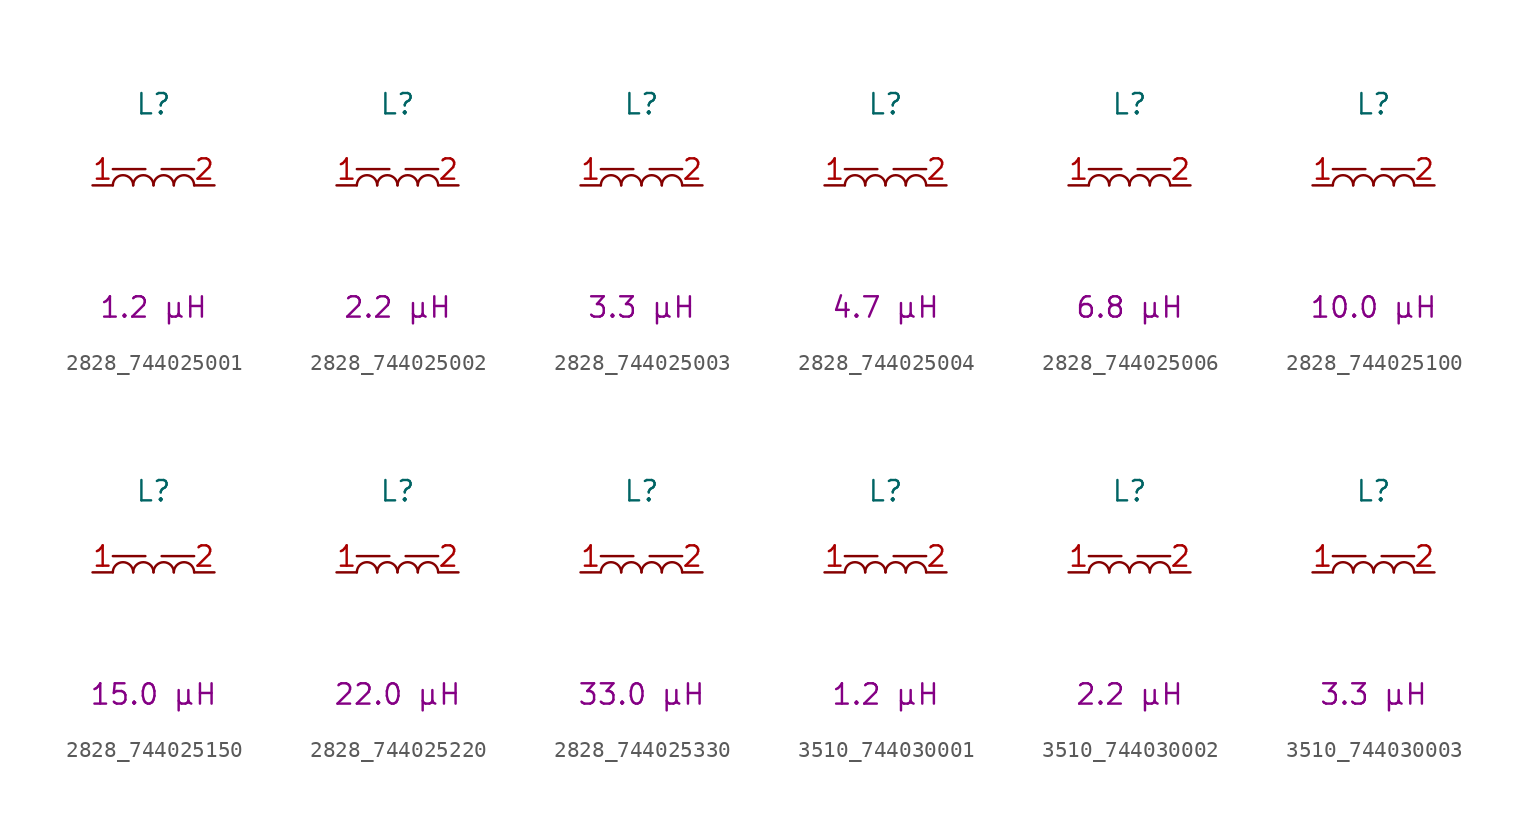
<source format=kicad_sym>
(kicad_symbol_lib
  (version 20220914)
  (generator kicad_symbol_editor)
  (symbol "2828_744025001"
    (pin_names hide)
    (property "Reference" "L"
      (at 0 5.08 0)
      (effects (font (size 1.27 1.27))))
    (property "Critical Parameter" "1.2 µH"
      (at 0 -7.62 0)
      (effects (font (size 1.27 1.27))))
    (symbol "2828_744025001_0_1"
      (arc (start -1.27 0) (mid -1.905 0.6323) (end -2.54 0) (stroke (width 0) (type default)) (fill (type none)))
      (arc (start 0 0) (mid -0.635 0.6323) (end -1.27 0) (stroke (width 0) (type default)) (fill (type none)))
      (polyline (pts (xy -2.54 1.016) (xy -0.508 1.016)) (stroke (width 0) (type default)) (fill (type none)))
      (arc (start 1.27 0) (mid 0.635 0.6323) (end 0 0) (stroke (width 0) (type default)) (fill (type none)))
      (arc (start 2.54 0) (mid 1.905 0.6323) (end 1.27 0) (stroke (width 0) (type default)) (fill (type none))))
    (symbol "2828_744025001_1_1"
      (polyline (pts (xy 2.54 1.016) (xy 0.508 1.016)) (stroke (width 0) (type default)) (fill (type none)))
      (pin passive line (at -3.81 0 0) (length 1.27) (name "1" (effects (font (size 1.27 1.27)))) (number "1" (effects (font (size 1.27 1.27)))))
      (pin passive line (at 3.81 0 180) (length 1.27) (name "2" (effects (font (size 1.27 1.27)))) (number "2" (effects (font (size 1.27 1.27)))))))
  (symbol "2828_744025002"
    (pin_names hide)
    (property "Reference" "L"
      (at 0 5.08 0)
      (effects (font (size 1.27 1.27))))
    (property "Critical Parameter" "2.2 µH"
      (at 0 -7.62 0)
      (effects (font (size 1.27 1.27))))
    (symbol "2828_744025002_0_1"
      (arc (start -1.27 0) (mid -1.905 0.6323) (end -2.54 0) (stroke (width 0) (type default)) (fill (type none)))
      (arc (start 0 0) (mid -0.635 0.6323) (end -1.27 0) (stroke (width 0) (type default)) (fill (type none)))
      (polyline (pts (xy -2.54 1.016) (xy -0.508 1.016)) (stroke (width 0) (type default)) (fill (type none)))
      (arc (start 1.27 0) (mid 0.635 0.6323) (end 0 0) (stroke (width 0) (type default)) (fill (type none)))
      (arc (start 2.54 0) (mid 1.905 0.6323) (end 1.27 0) (stroke (width 0) (type default)) (fill (type none))))
    (symbol "2828_744025002_1_1"
      (polyline (pts (xy 2.54 1.016) (xy 0.508 1.016)) (stroke (width 0) (type default)) (fill (type none)))
      (pin passive line (at -3.81 0 0) (length 1.27) (name "1" (effects (font (size 1.27 1.27)))) (number "1" (effects (font (size 1.27 1.27)))))
      (pin passive line (at 3.81 0 180) (length 1.27) (name "2" (effects (font (size 1.27 1.27)))) (number "2" (effects (font (size 1.27 1.27)))))))
  (symbol "2828_744025003"
    (pin_names hide)
    (property "Reference" "L"
      (at 0 5.08 0)
      (effects (font (size 1.27 1.27))))
    (property "Critical Parameter" "3.3 µH"
      (at 0 -7.62 0)
      (effects (font (size 1.27 1.27))))
    (symbol "2828_744025003_0_1"
      (arc (start -1.27 0) (mid -1.905 0.6323) (end -2.54 0) (stroke (width 0) (type default)) (fill (type none)))
      (arc (start 0 0) (mid -0.635 0.6323) (end -1.27 0) (stroke (width 0) (type default)) (fill (type none)))
      (polyline (pts (xy -2.54 1.016) (xy -0.508 1.016)) (stroke (width 0) (type default)) (fill (type none)))
      (arc (start 1.27 0) (mid 0.635 0.6323) (end 0 0) (stroke (width 0) (type default)) (fill (type none)))
      (arc (start 2.54 0) (mid 1.905 0.6323) (end 1.27 0) (stroke (width 0) (type default)) (fill (type none))))
    (symbol "2828_744025003_1_1"
      (polyline (pts (xy 2.54 1.016) (xy 0.508 1.016)) (stroke (width 0) (type default)) (fill (type none)))
      (pin passive line (at -3.81 0 0) (length 1.27) (name "1" (effects (font (size 1.27 1.27)))) (number "1" (effects (font (size 1.27 1.27)))))
      (pin passive line (at 3.81 0 180) (length 1.27) (name "2" (effects (font (size 1.27 1.27)))) (number "2" (effects (font (size 1.27 1.27)))))))
  (symbol "2828_744025004"
    (pin_names hide)
    (property "Reference" "L"
      (at 0 5.08 0)
      (effects (font (size 1.27 1.27))))
    (property "Critical Parameter" "4.7 µH"
      (at 0 -7.62 0)
      (effects (font (size 1.27 1.27))))
    (symbol "2828_744025004_0_1"
      (arc (start -1.27 0) (mid -1.905 0.6323) (end -2.54 0) (stroke (width 0) (type default)) (fill (type none)))
      (arc (start 0 0) (mid -0.635 0.6323) (end -1.27 0) (stroke (width 0) (type default)) (fill (type none)))
      (polyline (pts (xy -2.54 1.016) (xy -0.508 1.016)) (stroke (width 0) (type default)) (fill (type none)))
      (arc (start 1.27 0) (mid 0.635 0.6323) (end 0 0) (stroke (width 0) (type default)) (fill (type none)))
      (arc (start 2.54 0) (mid 1.905 0.6323) (end 1.27 0) (stroke (width 0) (type default)) (fill (type none))))
    (symbol "2828_744025004_1_1"
      (polyline (pts (xy 2.54 1.016) (xy 0.508 1.016)) (stroke (width 0) (type default)) (fill (type none)))
      (pin passive line (at -3.81 0 0) (length 1.27) (name "1" (effects (font (size 1.27 1.27)))) (number "1" (effects (font (size 1.27 1.27)))))
      (pin passive line (at 3.81 0 180) (length 1.27) (name "2" (effects (font (size 1.27 1.27)))) (number "2" (effects (font (size 1.27 1.27)))))))
  (symbol "2828_744025006"
    (pin_names hide)
    (property "Reference" "L"
      (at 0 5.08 0)
      (effects (font (size 1.27 1.27))))
    (property "Critical Parameter" "6.8 µH"
      (at 0 -7.62 0)
      (effects (font (size 1.27 1.27))))
    (symbol "2828_744025006_0_1"
      (arc (start -1.27 0) (mid -1.905 0.6323) (end -2.54 0) (stroke (width 0) (type default)) (fill (type none)))
      (arc (start 0 0) (mid -0.635 0.6323) (end -1.27 0) (stroke (width 0) (type default)) (fill (type none)))
      (polyline (pts (xy -2.54 1.016) (xy -0.508 1.016)) (stroke (width 0) (type default)) (fill (type none)))
      (arc (start 1.27 0) (mid 0.635 0.6323) (end 0 0) (stroke (width 0) (type default)) (fill (type none)))
      (arc (start 2.54 0) (mid 1.905 0.6323) (end 1.27 0) (stroke (width 0) (type default)) (fill (type none))))
    (symbol "2828_744025006_1_1"
      (polyline (pts (xy 2.54 1.016) (xy 0.508 1.016)) (stroke (width 0) (type default)) (fill (type none)))
      (pin passive line (at -3.81 0 0) (length 1.27) (name "1" (effects (font (size 1.27 1.27)))) (number "1" (effects (font (size 1.27 1.27)))))
      (pin passive line (at 3.81 0 180) (length 1.27) (name "2" (effects (font (size 1.27 1.27)))) (number "2" (effects (font (size 1.27 1.27)))))))
  (symbol "2828_744025100"
    (pin_names hide)
    (property "Reference" "L"
      (at 0 5.08 0)
      (effects (font (size 1.27 1.27))))
    (property "Critical Parameter" "10.0 µH"
      (at 0 -7.62 0)
      (effects (font (size 1.27 1.27))))
    (symbol "2828_744025100_0_1"
      (arc (start -1.27 0) (mid -1.905 0.6323) (end -2.54 0) (stroke (width 0) (type default)) (fill (type none)))
      (arc (start 0 0) (mid -0.635 0.6323) (end -1.27 0) (stroke (width 0) (type default)) (fill (type none)))
      (polyline (pts (xy -2.54 1.016) (xy -0.508 1.016)) (stroke (width 0) (type default)) (fill (type none)))
      (arc (start 1.27 0) (mid 0.635 0.6323) (end 0 0) (stroke (width 0) (type default)) (fill (type none)))
      (arc (start 2.54 0) (mid 1.905 0.6323) (end 1.27 0) (stroke (width 0) (type default)) (fill (type none))))
    (symbol "2828_744025100_1_1"
      (polyline (pts (xy 2.54 1.016) (xy 0.508 1.016)) (stroke (width 0) (type default)) (fill (type none)))
      (pin passive line (at -3.81 0 0) (length 1.27) (name "1" (effects (font (size 1.27 1.27)))) (number "1" (effects (font (size 1.27 1.27)))))
      (pin passive line (at 3.81 0 180) (length 1.27) (name "2" (effects (font (size 1.27 1.27)))) (number "2" (effects (font (size 1.27 1.27)))))))
  (symbol "2828_744025150"
    (pin_names hide)
    (property "Reference" "L"
      (at 0 5.08 0)
      (effects (font (size 1.27 1.27))))
    (property "Critical Parameter" "15.0 µH"
      (at 0 -7.62 0)
      (effects (font (size 1.27 1.27))))
    (symbol "2828_744025150_0_1"
      (arc (start -1.27 0) (mid -1.905 0.6323) (end -2.54 0) (stroke (width 0) (type default)) (fill (type none)))
      (arc (start 0 0) (mid -0.635 0.6323) (end -1.27 0) (stroke (width 0) (type default)) (fill (type none)))
      (polyline (pts (xy -2.54 1.016) (xy -0.508 1.016)) (stroke (width 0) (type default)) (fill (type none)))
      (arc (start 1.27 0) (mid 0.635 0.6323) (end 0 0) (stroke (width 0) (type default)) (fill (type none)))
      (arc (start 2.54 0) (mid 1.905 0.6323) (end 1.27 0) (stroke (width 0) (type default)) (fill (type none))))
    (symbol "2828_744025150_1_1"
      (polyline (pts (xy 2.54 1.016) (xy 0.508 1.016)) (stroke (width 0) (type default)) (fill (type none)))
      (pin passive line (at -3.81 0 0) (length 1.27) (name "1" (effects (font (size 1.27 1.27)))) (number "1" (effects (font (size 1.27 1.27)))))
      (pin passive line (at 3.81 0 180) (length 1.27) (name "2" (effects (font (size 1.27 1.27)))) (number "2" (effects (font (size 1.27 1.27)))))))
  (symbol "2828_744025220"
    (pin_names hide)
    (property "Reference" "L"
      (at 0 5.08 0)
      (effects (font (size 1.27 1.27))))
    (property "Critical Parameter" "22.0 µH"
      (at 0 -7.62 0)
      (effects (font (size 1.27 1.27))))
    (symbol "2828_744025220_0_1"
      (arc (start -1.27 0) (mid -1.905 0.6323) (end -2.54 0) (stroke (width 0) (type default)) (fill (type none)))
      (arc (start 0 0) (mid -0.635 0.6323) (end -1.27 0) (stroke (width 0) (type default)) (fill (type none)))
      (polyline (pts (xy -2.54 1.016) (xy -0.508 1.016)) (stroke (width 0) (type default)) (fill (type none)))
      (arc (start 1.27 0) (mid 0.635 0.6323) (end 0 0) (stroke (width 0) (type default)) (fill (type none)))
      (arc (start 2.54 0) (mid 1.905 0.6323) (end 1.27 0) (stroke (width 0) (type default)) (fill (type none))))
    (symbol "2828_744025220_1_1"
      (polyline (pts (xy 2.54 1.016) (xy 0.508 1.016)) (stroke (width 0) (type default)) (fill (type none)))
      (pin passive line (at -3.81 0 0) (length 1.27) (name "1" (effects (font (size 1.27 1.27)))) (number "1" (effects (font (size 1.27 1.27)))))
      (pin passive line (at 3.81 0 180) (length 1.27) (name "2" (effects (font (size 1.27 1.27)))) (number "2" (effects (font (size 1.27 1.27)))))))
  (symbol "2828_744025330"
    (pin_names hide)
    (property "Reference" "L"
      (at 0 5.08 0)
      (effects (font (size 1.27 1.27))))
    (property "Critical Parameter" "33.0 µH"
      (at 0 -7.62 0)
      (effects (font (size 1.27 1.27))))
    (symbol "2828_744025330_0_1"
      (arc (start -1.27 0) (mid -1.905 0.6323) (end -2.54 0) (stroke (width 0) (type default)) (fill (type none)))
      (arc (start 0 0) (mid -0.635 0.6323) (end -1.27 0) (stroke (width 0) (type default)) (fill (type none)))
      (polyline (pts (xy -2.54 1.016) (xy -0.508 1.016)) (stroke (width 0) (type default)) (fill (type none)))
      (arc (start 1.27 0) (mid 0.635 0.6323) (end 0 0) (stroke (width 0) (type default)) (fill (type none)))
      (arc (start 2.54 0) (mid 1.905 0.6323) (end 1.27 0) (stroke (width 0) (type default)) (fill (type none))))
    (symbol "2828_744025330_1_1"
      (polyline (pts (xy 2.54 1.016) (xy 0.508 1.016)) (stroke (width 0) (type default)) (fill (type none)))
      (pin passive line (at -3.81 0 0) (length 1.27) (name "1" (effects (font (size 1.27 1.27)))) (number "1" (effects (font (size 1.27 1.27)))))
      (pin passive line (at 3.81 0 180) (length 1.27) (name "2" (effects (font (size 1.27 1.27)))) (number "2" (effects (font (size 1.27 1.27)))))))
  (symbol "3510_744030001"
    (pin_names hide)
    (property "Reference" "L"
      (at 0 5.08 0)
      (effects (font (size 1.27 1.27))))
    (property "Critical Parameter" "1.2 µH"
      (at 0 -7.62 0)
      (effects (font (size 1.27 1.27))))
    (symbol "3510_744030001_0_1"
      (arc (start -1.27 0) (mid -1.905 0.6323) (end -2.54 0) (stroke (width 0) (type default)) (fill (type none)))
      (arc (start 0 0) (mid -0.635 0.6323) (end -1.27 0) (stroke (width 0) (type default)) (fill (type none)))
      (polyline (pts (xy -2.54 1.016) (xy -0.508 1.016)) (stroke (width 0) (type default)) (fill (type none)))
      (arc (start 1.27 0) (mid 0.635 0.6323) (end 0 0) (stroke (width 0) (type default)) (fill (type none)))
      (arc (start 2.54 0) (mid 1.905 0.6323) (end 1.27 0) (stroke (width 0) (type default)) (fill (type none))))
    (symbol "3510_744030001_1_1"
      (polyline (pts (xy 2.54 1.016) (xy 0.508 1.016)) (stroke (width 0) (type default)) (fill (type none)))
      (pin passive line (at -3.81 0 0) (length 1.27) (name "1" (effects (font (size 1.27 1.27)))) (number "1" (effects (font (size 1.27 1.27)))))
      (pin passive line (at 3.81 0 180) (length 1.27) (name "2" (effects (font (size 1.27 1.27)))) (number "2" (effects (font (size 1.27 1.27)))))))
  (symbol "3510_744030002"
    (pin_names hide)
    (property "Reference" "L"
      (at 0 5.08 0)
      (effects (font (size 1.27 1.27))))
    (property "Critical Parameter" "2.2 µH"
      (at 0 -7.62 0)
      (effects (font (size 1.27 1.27))))
    (symbol "3510_744030002_0_1"
      (arc (start -1.27 0) (mid -1.905 0.6323) (end -2.54 0) (stroke (width 0) (type default)) (fill (type none)))
      (arc (start 0 0) (mid -0.635 0.6323) (end -1.27 0) (stroke (width 0) (type default)) (fill (type none)))
      (polyline (pts (xy -2.54 1.016) (xy -0.508 1.016)) (stroke (width 0) (type default)) (fill (type none)))
      (arc (start 1.27 0) (mid 0.635 0.6323) (end 0 0) (stroke (width 0) (type default)) (fill (type none)))
      (arc (start 2.54 0) (mid 1.905 0.6323) (end 1.27 0) (stroke (width 0) (type default)) (fill (type none))))
    (symbol "3510_744030002_1_1"
      (polyline (pts (xy 2.54 1.016) (xy 0.508 1.016)) (stroke (width 0) (type default)) (fill (type none)))
      (pin passive line (at -3.81 0 0) (length 1.27) (name "1" (effects (font (size 1.27 1.27)))) (number "1" (effects (font (size 1.27 1.27)))))
      (pin passive line (at 3.81 0 180) (length 1.27) (name "2" (effects (font (size 1.27 1.27)))) (number "2" (effects (font (size 1.27 1.27)))))))
  (symbol "3510_744030003"
    (pin_names hide)
    (property "Reference" "L"
      (at 0 5.08 0)
      (effects (font (size 1.27 1.27))))
    (property "Critical Parameter" "3.3 µH"
      (at 0 -7.62 0)
      (effects (font (size 1.27 1.27))))
    (symbol "3510_744030003_0_1"
      (arc (start -1.27 0) (mid -1.905 0.6323) (end -2.54 0) (stroke (width 0) (type default)) (fill (type none)))
      (arc (start 0 0) (mid -0.635 0.6323) (end -1.27 0) (stroke (width 0) (type default)) (fill (type none)))
      (polyline (pts (xy -2.54 1.016) (xy -0.508 1.016)) (stroke (width 0) (type default)) (fill (type none)))
      (arc (start 1.27 0) (mid 0.635 0.6323) (end 0 0) (stroke (width 0) (type default)) (fill (type none)))
      (arc (start 2.54 0) (mid 1.905 0.6323) (end 1.27 0) (stroke (width 0) (type default)) (fill (type none))))
    (symbol "3510_744030003_1_1"
      (polyline (pts (xy 2.54 1.016) (xy 0.508 1.016)) (stroke (width 0) (type default)) (fill (type none)))
      (pin passive line (at -3.81 0 0) (length 1.27) (name "1" (effects (font (size 1.27 1.27)))) (number "1" (effects (font (size 1.27 1.27)))))
      (pin passive line (at 3.81 0 180) (length 1.27) (name "2" (effects (font (size 1.27 1.27)))) (number "2" (effects (font (size 1.27 1.27))))))))
</source>
